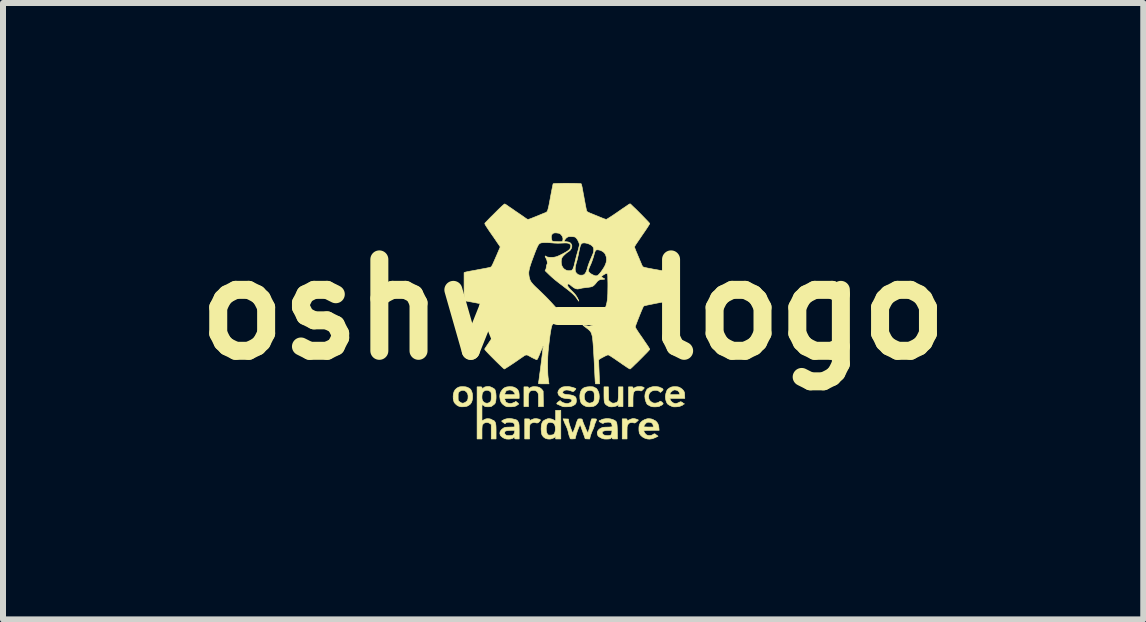
<source format=kicad_pcb>
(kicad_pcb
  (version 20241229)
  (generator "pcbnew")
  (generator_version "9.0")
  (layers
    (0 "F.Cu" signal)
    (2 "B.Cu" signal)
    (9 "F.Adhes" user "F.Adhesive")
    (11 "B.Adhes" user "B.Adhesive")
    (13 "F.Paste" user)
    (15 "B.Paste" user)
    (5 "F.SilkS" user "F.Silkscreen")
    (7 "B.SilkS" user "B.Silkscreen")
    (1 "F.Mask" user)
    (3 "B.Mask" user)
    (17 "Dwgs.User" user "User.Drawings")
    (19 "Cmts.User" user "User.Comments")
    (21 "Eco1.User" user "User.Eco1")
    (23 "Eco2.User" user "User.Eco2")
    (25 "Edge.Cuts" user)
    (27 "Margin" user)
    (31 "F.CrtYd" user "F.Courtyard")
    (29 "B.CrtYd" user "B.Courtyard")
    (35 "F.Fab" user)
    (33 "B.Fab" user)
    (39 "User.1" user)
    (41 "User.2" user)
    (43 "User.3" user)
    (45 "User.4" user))
  (footprint "oshw-logo"
    (layer "F.Cu")
    (at 6.502 2.108)
    (property "Reference" "oshw-logo" (at 0 0 0) (layer "F.SilkS") (effects (font (size 1.524 1.524) (thickness 0.3))))
    (attr through_hole)
    (fp_poly (pts (xy -0.587 1.824) (xy -0.562 1.83) (xy -0.548 1.837) (xy -0.545 1.846) (xy -0.551 1.857) (xy -0.554 1.86) (xy -0.573 1.88) (xy -0.588 1.89) (xy -0.605 1.892) (xy -0.624 1.888) (xy -0.644 1.883) (xy -0.66 1.884) (xy -0.677 1.889) (xy -0.693 1.895) (xy -0.705 1.901) (xy -0.713 1.91) (xy -0.719 1.922) (xy -0.723 1.941) (xy -0.725 1.966) (xy -0.725 2.001) (xy -0.726 2.041) (xy -0.726 2.158) (xy -0.806 2.158) (xy -0.806 1.823) (xy -0.766 1.823) (xy -0.744 1.824) (xy -0.732 1.825) (xy -0.727 1.829) (xy -0.726 1.836) (xy -0.724 1.845) (xy -0.717 1.847) (xy -0.703 1.843) (xy -0.689 1.836) (xy -0.653 1.822) (xy -0.616 1.819) (xy -0.587 1.824)) (stroke (width 0.01) (type solid)) (fill yes) (layer "F.SilkS"))
    (fp_poly (pts (xy 1.041 1.824) (xy 1.066 1.832) (xy 1.081 1.838) (xy 1.087 1.842) (xy 1.087 1.846) (xy 1.084 1.85) (xy 1.061 1.87) (xy 1.045 1.884) (xy 1.033 1.89) (xy 1.022 1.892) (xy 1.011 1.89) (xy 1.008 1.889) (xy 0.985 1.884) (xy 0.96 1.887) (xy 0.957 1.887) (xy 0.938 1.893) (xy 0.925 1.904) (xy 0.914 1.919) (xy 0.909 1.929) (xy 0.905 1.939) (xy 0.902 1.951) (xy 0.9 1.967) (xy 0.9 1.989) (xy 0.899 2.02) (xy 0.899 2.052) (xy 0.899 2.158) (xy 0.819 2.158) (xy 0.819 1.823) (xy 0.859 1.823) (xy 0.881 1.823) (xy 0.893 1.825) (xy 0.898 1.829) (xy 0.899 1.836) (xy 0.899 1.839) (xy 0.9 1.849) (xy 0.904 1.853) (xy 0.913 1.85) (xy 0.929 1.843) (xy 0.964 1.827) (xy 0.992 1.819) (xy 1.018 1.819) (xy 1.041 1.824)) (stroke (width 0.01) (type solid)) (fill yes) (layer "F.SilkS"))
    (fp_poly (pts (xy 0.592 1.514) (xy 0.618 1.538) (xy 0.641 1.555) (xy 0.663 1.562) (xy 0.689 1.56) (xy 0.707 1.555) (xy 0.723 1.549) (xy 0.734 1.543) (xy 0.742 1.535) (xy 0.748 1.523) (xy 0.751 1.505) (xy 0.753 1.48) (xy 0.755 1.445) (xy 0.755 1.407) (xy 0.757 1.29) (xy 0.831 1.29) (xy 0.831 1.619) (xy 0.757 1.619) (xy 0.756 1.598) (xy 0.755 1.587) (xy 0.753 1.585) (xy 0.752 1.586) (xy 0.742 1.597) (xy 0.722 1.608) (xy 0.696 1.616) (xy 0.668 1.621) (xy 0.639 1.623) (xy 0.613 1.621) (xy 0.607 1.62) (xy 0.592 1.614) (xy 0.573 1.604) (xy 0.562 1.597) (xy 0.548 1.587) (xy 0.536 1.575) (xy 0.528 1.561) (xy 0.522 1.543) (xy 0.518 1.518) (xy 0.516 1.485) (xy 0.515 1.443) (xy 0.515 1.407) (xy 0.515 1.29) (xy 0.588 1.29) (xy 0.592 1.514)) (stroke (width 0.01) (type solid)) (fill yes) (layer "F.SilkS"))
    (fp_poly (pts (xy -0.595 1.29) (xy -0.562 1.3) (xy -0.536 1.317) (xy -0.517 1.337) (xy -0.499 1.361) (xy -0.497 1.49) (xy -0.495 1.619) (xy -0.577 1.619) (xy -0.577 1.511) (xy -0.577 1.471) (xy -0.578 1.44) (xy -0.579 1.418) (xy -0.582 1.401) (xy -0.588 1.388) (xy -0.595 1.377) (xy -0.606 1.366) (xy -0.61 1.362) (xy -0.626 1.354) (xy -0.648 1.349) (xy -0.673 1.349) (xy -0.697 1.353) (xy -0.713 1.361) (xy -0.714 1.362) (xy -0.724 1.372) (xy -0.732 1.384) (xy -0.737 1.398) (xy -0.741 1.416) (xy -0.743 1.442) (xy -0.744 1.476) (xy -0.744 1.513) (xy -0.744 1.619) (xy -0.819 1.619) (xy -0.819 1.29) (xy -0.781 1.29) (xy -0.761 1.29) (xy -0.75 1.292) (xy -0.745 1.296) (xy -0.744 1.305) (xy -0.744 1.321) (xy -0.715 1.304) (xy -0.698 1.295) (xy -0.682 1.29) (xy -0.662 1.287) (xy -0.636 1.287) (xy -0.595 1.29)) (stroke (width 0.01) (type solid)) (fill yes) (layer "F.SilkS"))
    (fp_poly (pts (xy 1.145 1.288) (xy 1.15 1.289) (xy 1.173 1.296) (xy 1.184 1.303) (xy 1.185 1.311) (xy 1.176 1.323) (xy 1.165 1.334) (xy 1.15 1.349) (xy 1.14 1.356) (xy 1.131 1.358) (xy 1.119 1.354) (xy 1.116 1.353) (xy 1.094 1.349) (xy 1.068 1.349) (xy 1.045 1.353) (xy 1.027 1.361) (xy 1.024 1.363) (xy 1.015 1.374) (xy 1.009 1.386) (xy 1.004 1.402) (xy 1.001 1.423) (xy 0.999 1.452) (xy 0.998 1.49) (xy 0.998 1.513) (xy 0.998 1.619) (xy 0.924 1.619) (xy 0.924 1.29) (xy 0.961 1.29) (xy 0.982 1.29) (xy 0.993 1.292) (xy 0.997 1.296) (xy 0.998 1.305) (xy 0.998 1.305) (xy 1.001 1.317) (xy 1.005 1.321) (xy 1.011 1.316) (xy 1.011 1.315) (xy 1.016 1.309) (xy 1.018 1.308) (xy 1.028 1.305) (xy 1.035 1.299) (xy 1.049 1.293) (xy 1.07 1.288) (xy 1.096 1.286) (xy 1.123 1.285) (xy 1.145 1.288)) (stroke (width 0.01) (type solid)) (fill yes) (layer "F.SilkS"))
    (fp_poly (pts (xy -1.809 1.288) (xy -1.788 1.29) (xy -1.771 1.295) (xy -1.753 1.302) (xy -1.749 1.304) (xy -1.729 1.315) (xy -1.713 1.327) (xy -1.706 1.335) (xy -1.69 1.366) (xy -1.679 1.402) (xy -1.675 1.442) (xy -1.676 1.482) (xy -1.683 1.52) (xy -1.695 1.552) (xy -1.712 1.576) (xy -1.718 1.581) (xy -1.737 1.595) (xy -1.757 1.607) (xy -1.76 1.609) (xy -1.78 1.615) (xy -1.808 1.62) (xy -1.839 1.622) (xy -1.868 1.622) (xy -1.885 1.619) (xy -1.915 1.608) (xy -1.943 1.59) (xy -1.967 1.567) (xy -1.984 1.543) (xy -1.985 1.54) (xy -1.996 1.499) (xy -1.999 1.454) (xy -1.999 1.454) (xy -1.916 1.454) (xy -1.916 1.483) (xy -1.915 1.502) (xy -1.913 1.514) (xy -1.909 1.523) (xy -1.902 1.53) (xy -1.899 1.533) (xy -1.872 1.553) (xy -1.846 1.562) (xy -1.821 1.559) (xy -1.794 1.546) (xy -1.773 1.53) (xy -1.76 1.513) (xy -1.753 1.491) (xy -1.751 1.479) (xy -1.75 1.437) (xy -1.758 1.402) (xy -1.776 1.375) (xy -1.802 1.355) (xy -1.831 1.347) (xy -1.86 1.35) (xy -1.888 1.364) (xy -1.897 1.372) (xy -1.906 1.381) (xy -1.911 1.389) (xy -1.914 1.4) (xy -1.916 1.415) (xy -1.916 1.439) (xy -1.916 1.454) (xy -1.999 1.454) (xy -1.996 1.414) (xy -1.985 1.372) (xy -1.966 1.338) (xy -1.938 1.312) (xy -1.926 1.305) (xy -1.909 1.296) (xy -1.894 1.291) (xy -1.876 1.288) (xy -1.851 1.287) (xy -1.839 1.287) (xy -1.809 1.288)) (stroke (width 0.01) (type solid)) (fill yes) (layer "F.SilkS"))
    (fp_poly (pts (xy -0.205 2.158) (xy -0.291 2.158) (xy -0.291 2.139) (xy -0.293 2.126) (xy -0.298 2.121) (xy -0.298 2.121) (xy -0.304 2.125) (xy -0.304 2.127) (xy -0.309 2.133) (xy -0.323 2.141) (xy -0.342 2.149) (xy -0.363 2.156) (xy -0.381 2.16) (xy -0.404 2.16) (xy -0.426 2.158) (xy -0.428 2.158) (xy -0.466 2.145) (xy -0.496 2.123) (xy -0.518 2.092) (xy -0.52 2.087) (xy -0.525 2.068) (xy -0.529 2.04) (xy -0.532 2.008) (xy -0.532 1.989) (xy -0.448 1.989) (xy -0.446 2.025) (xy -0.438 2.056) (xy -0.435 2.063) (xy -0.426 2.08) (xy -0.416 2.09) (xy -0.403 2.094) (xy -0.383 2.094) (xy -0.371 2.094) (xy -0.346 2.091) (xy -0.329 2.085) (xy -0.32 2.078) (xy -0.307 2.059) (xy -0.299 2.031) (xy -0.295 1.998) (xy -0.297 1.961) (xy -0.298 1.952) (xy -0.306 1.922) (xy -0.318 1.902) (xy -0.336 1.891) (xy -0.347 1.888) (xy -0.362 1.884) (xy -0.371 1.881) (xy -0.382 1.881) (xy -0.399 1.884) (xy -0.403 1.885) (xy -0.418 1.891) (xy -0.428 1.9) (xy -0.436 1.917) (xy -0.437 1.921) (xy -0.446 1.953) (xy -0.448 1.989) (xy -0.532 1.989) (xy -0.532 1.974) (xy -0.53 1.944) (xy -0.528 1.927) (xy -0.52 1.896) (xy -0.509 1.873) (xy -0.492 1.854) (xy -0.466 1.839) (xy -0.431 1.824) (xy -0.43 1.823) (xy -0.411 1.82) (xy -0.386 1.821) (xy -0.36 1.826) (xy -0.338 1.833) (xy -0.329 1.839) (xy -0.315 1.847) (xy -0.305 1.851) (xy -0.291 1.855) (xy -0.291 1.681) (xy -0.205 1.681) (xy -0.205 2.158)) (stroke (width 0.01) (type solid)) (fill yes) (layer "F.SilkS"))
    (fp_poly (pts (xy 1.274 1.821) (xy 1.299 1.824) (xy 1.322 1.83) (xy 1.337 1.837) (xy 1.34 1.839) (xy 1.351 1.847) (xy 1.356 1.848) (xy 1.368 1.853) (xy 1.384 1.866) (xy 1.4 1.884) (xy 1.413 1.905) (xy 1.414 1.907) (xy 1.421 1.928) (xy 1.428 1.954) (xy 1.43 1.974) (xy 1.434 2.015) (xy 1.306 2.015) (xy 1.264 2.016) (xy 1.229 2.016) (xy 1.202 2.018) (xy 1.185 2.019) (xy 1.178 2.021) (xy 1.178 2.021) (xy 1.183 2.039) (xy 1.195 2.06) (xy 1.208 2.076) (xy 1.228 2.093) (xy 1.252 2.1) (xy 1.286 2.101) (xy 1.315 2.094) (xy 1.333 2.083) (xy 1.35 2.073) (xy 1.364 2.073) (xy 1.375 2.081) (xy 1.388 2.092) (xy 1.401 2.101) (xy 1.416 2.112) (xy 1.373 2.134) (xy 1.323 2.154) (xy 1.274 2.161) (xy 1.237 2.158) (xy 1.194 2.145) (xy 1.156 2.124) (xy 1.126 2.096) (xy 1.107 2.068) (xy 1.102 2.049) (xy 1.098 2.021) (xy 1.097 1.99) (xy 1.098 1.959) (xy 1.099 1.953) (xy 1.178 1.953) (xy 1.184 1.956) (xy 1.203 1.958) (xy 1.233 1.959) (xy 1.259 1.96) (xy 1.34 1.96) (xy 1.336 1.939) (xy 1.328 1.911) (xy 1.312 1.893) (xy 1.29 1.882) (xy 1.258 1.879) (xy 1.255 1.879) (xy 1.236 1.881) (xy 1.221 1.89) (xy 1.211 1.899) (xy 1.193 1.921) (xy 1.181 1.941) (xy 1.178 1.953) (xy 1.099 1.953) (xy 1.102 1.932) (xy 1.107 1.914) (xy 1.126 1.883) (xy 1.153 1.858) (xy 1.188 1.838) (xy 1.23 1.823) (xy 1.249 1.82) (xy 1.274 1.821)) (stroke (width 0.01) (type solid)) (fill yes) (layer "F.SilkS"))
    (fp_poly (pts (xy 0.31 1.288) (xy 0.329 1.289) (xy 0.342 1.292) (xy 0.351 1.297) (xy 0.352 1.298) (xy 0.365 1.306) (xy 0.374 1.308) (xy 0.386 1.314) (xy 0.398 1.329) (xy 0.411 1.35) (xy 0.423 1.375) (xy 0.431 1.401) (xy 0.433 1.414) (xy 0.436 1.451) (xy 0.434 1.49) (xy 0.427 1.524) (xy 0.423 1.539) (xy 0.415 1.553) (xy 0.403 1.57) (xy 0.389 1.585) (xy 0.377 1.596) (xy 0.37 1.6) (xy 0.361 1.604) (xy 0.354 1.609) (xy 0.342 1.614) (xy 0.321 1.618) (xy 0.295 1.621) (xy 0.267 1.622) (xy 0.241 1.621) (xy 0.224 1.618) (xy 0.204 1.611) (xy 0.18 1.599) (xy 0.165 1.589) (xy 0.146 1.573) (xy 0.134 1.558) (xy 0.126 1.54) (xy 0.122 1.528) (xy 0.114 1.485) (xy 0.113 1.447) (xy 0.186 1.447) (xy 0.189 1.485) (xy 0.199 1.514) (xy 0.217 1.537) (xy 0.244 1.553) (xy 0.246 1.554) (xy 0.264 1.56) (xy 0.28 1.561) (xy 0.3 1.556) (xy 0.305 1.554) (xy 0.325 1.547) (xy 0.338 1.538) (xy 0.347 1.527) (xy 0.351 1.51) (xy 0.353 1.485) (xy 0.353 1.453) (xy 0.353 1.418) (xy 0.35 1.393) (xy 0.344 1.376) (xy 0.334 1.364) (xy 0.319 1.357) (xy 0.302 1.351) (xy 0.269 1.348) (xy 0.239 1.356) (xy 0.215 1.373) (xy 0.197 1.398) (xy 0.187 1.43) (xy 0.186 1.447) (xy 0.113 1.447) (xy 0.112 1.442) (xy 0.117 1.4) (xy 0.128 1.363) (xy 0.145 1.335) (xy 0.149 1.33) (xy 0.173 1.31) (xy 0.202 1.297) (xy 0.24 1.29) (xy 0.28 1.287) (xy 0.31 1.288)) (stroke (width 0.01) (type solid)) (fill yes) (layer "F.SilkS"))
    (fp_poly (pts (xy 1.387 1.286) (xy 1.413 1.289) (xy 1.435 1.293) (xy 1.448 1.3) (xy 1.448 1.3) (xy 1.461 1.307) (xy 1.468 1.308) (xy 1.481 1.313) (xy 1.494 1.324) (xy 1.5 1.336) (xy 1.501 1.338) (xy 1.496 1.346) (xy 1.485 1.357) (xy 1.478 1.364) (xy 1.455 1.383) (xy 1.441 1.37) (xy 1.416 1.354) (xy 1.386 1.347) (xy 1.352 1.348) (xy 1.321 1.357) (xy 1.306 1.364) (xy 1.28 1.386) (xy 1.265 1.413) (xy 1.259 1.446) (xy 1.259 1.453) (xy 1.262 1.486) (xy 1.273 1.511) (xy 1.293 1.533) (xy 1.323 1.553) (xy 1.326 1.555) (xy 1.348 1.561) (xy 1.376 1.561) (xy 1.404 1.555) (xy 1.429 1.545) (xy 1.441 1.536) (xy 1.453 1.529) (xy 1.462 1.531) (xy 1.476 1.541) (xy 1.49 1.553) (xy 1.499 1.565) (xy 1.501 1.57) (xy 1.496 1.579) (xy 1.484 1.59) (xy 1.471 1.598) (xy 1.462 1.6) (xy 1.452 1.603) (xy 1.45 1.607) (xy 1.442 1.613) (xy 1.425 1.618) (xy 1.401 1.621) (xy 1.374 1.623) (xy 1.347 1.623) (xy 1.322 1.621) (xy 1.312 1.619) (xy 1.293 1.613) (xy 1.273 1.603) (xy 1.272 1.602) (xy 1.255 1.593) (xy 1.241 1.585) (xy 1.24 1.585) (xy 1.232 1.576) (xy 1.223 1.559) (xy 1.214 1.537) (xy 1.212 1.534) (xy 1.2 1.49) (xy 1.196 1.447) (xy 1.2 1.407) (xy 1.207 1.385) (xy 1.215 1.364) (xy 1.224 1.345) (xy 1.225 1.342) (xy 1.237 1.326) (xy 1.259 1.311) (xy 1.288 1.298) (xy 1.32 1.289) (xy 1.332 1.287) (xy 1.358 1.285) (xy 1.387 1.286)) (stroke (width 0.01) (type solid)) (fill yes) (layer "F.SilkS"))
    (fp_poly (pts (xy -1.039 1.819) (xy -1.011 1.823) (xy -0.981 1.83) (xy -0.955 1.837) (xy -0.941 1.843) (xy -0.926 1.856) (xy -0.913 1.878) (xy -0.912 1.88) (xy -0.907 1.891) (xy -0.904 1.903) (xy -0.902 1.918) (xy -0.9 1.938) (xy -0.9 1.964) (xy -0.899 1.999) (xy -0.899 2.034) (xy -0.899 2.158) (xy -0.936 2.158) (xy -0.957 2.158) (xy -0.968 2.156) (xy -0.973 2.151) (xy -0.974 2.143) (xy -0.974 2.143) (xy -0.975 2.131) (xy -0.98 2.128) (xy -0.991 2.135) (xy -0.998 2.142) (xy -1.017 2.152) (xy -1.044 2.159) (xy -1.077 2.161) (xy -1.114 2.159) (xy -1.116 2.158) (xy -1.141 2.151) (xy -1.168 2.137) (xy -1.192 2.119) (xy -1.21 2.1) (xy -1.213 2.095) (xy -1.221 2.067) (xy -1.218 2.045) (xy -1.142 2.045) (xy -1.141 2.064) (xy -1.134 2.079) (xy -1.125 2.088) (xy -1.115 2.096) (xy -1.103 2.1) (xy -1.086 2.102) (xy -1.062 2.102) (xy -1.033 2.101) (xy -1.015 2.098) (xy -1.002 2.092) (xy -1.001 2.091) (xy -0.982 2.068) (xy -0.974 2.04) (xy -0.974 2.034) (xy -0.974 2.015) (xy -1.036 2.015) (xy -1.079 2.017) (xy -1.111 2.022) (xy -1.132 2.03) (xy -1.141 2.042) (xy -1.142 2.045) (xy -1.218 2.045) (xy -1.217 2.039) (xy -1.201 2.012) (xy -1.186 1.997) (xy -1.17 1.984) (xy -1.156 1.974) (xy -1.141 1.968) (xy -1.122 1.964) (xy -1.097 1.962) (xy -1.062 1.961) (xy -1.056 1.961) (xy -0.974 1.958) (xy -0.974 1.936) (xy -0.978 1.912) (xy -0.989 1.896) (xy -1.01 1.885) (xy -1.04 1.88) (xy -1.063 1.879) (xy -1.088 1.88) (xy -1.105 1.882) (xy -1.115 1.886) (xy -1.122 1.892) (xy -1.134 1.905) (xy -1.164 1.884) (xy -1.181 1.872) (xy -1.189 1.864) (xy -1.189 1.858) (xy -1.187 1.856) (xy -1.177 1.849) (xy -1.173 1.848) (xy -1.164 1.844) (xy -1.159 1.84) (xy -1.147 1.833) (xy -1.126 1.827) (xy -1.102 1.821) (xy -1.077 1.818) (xy -1.061 1.817) (xy -1.039 1.819)) (stroke (width 0.01) (type solid)) (fill yes) (layer "F.SilkS"))
    (fp_poly (pts (xy 1.727 1.288) (xy 1.747 1.29) (xy 1.764 1.295) (xy 1.782 1.304) (xy 1.786 1.306) (xy 1.815 1.326) (xy 1.837 1.349) (xy 1.838 1.351) (xy 1.848 1.366) (xy 1.854 1.38) (xy 1.857 1.397) (xy 1.859 1.422) (xy 1.859 1.43) (xy 1.862 1.482) (xy 1.611 1.482) (xy 1.616 1.496) (xy 1.629 1.523) (xy 1.651 1.546) (xy 1.678 1.562) (xy 1.706 1.569) (xy 1.709 1.569) (xy 1.724 1.566) (xy 1.745 1.559) (xy 1.762 1.551) (xy 1.782 1.541) (xy 1.795 1.537) (xy 1.802 1.539) (xy 1.805 1.542) (xy 1.816 1.549) (xy 1.821 1.55) (xy 1.829 1.554) (xy 1.829 1.557) (xy 1.834 1.564) (xy 1.843 1.569) (xy 1.857 1.574) (xy 1.844 1.578) (xy 1.832 1.585) (xy 1.827 1.591) (xy 1.819 1.599) (xy 1.814 1.6) (xy 1.802 1.603) (xy 1.789 1.61) (xy 1.776 1.615) (xy 1.754 1.619) (xy 1.728 1.622) (xy 1.701 1.623) (xy 1.678 1.623) (xy 1.665 1.621) (xy 1.649 1.616) (xy 1.631 1.608) (xy 1.613 1.6) (xy 1.599 1.592) (xy 1.594 1.587) (xy 1.594 1.586) (xy 1.589 1.582) (xy 1.585 1.581) (xy 1.575 1.576) (xy 1.565 1.56) (xy 1.555 1.538) (xy 1.546 1.512) (xy 1.541 1.483) (xy 1.538 1.457) (xy 1.538 1.456) (xy 1.541 1.43) (xy 1.544 1.414) (xy 1.614 1.414) (xy 1.618 1.417) (xy 1.628 1.419) (xy 1.646 1.42) (xy 1.673 1.42) (xy 1.696 1.42) (xy 1.781 1.42) (xy 1.776 1.4) (xy 1.765 1.375) (xy 1.745 1.355) (xy 1.719 1.344) (xy 1.69 1.341) (xy 1.683 1.342) (xy 1.669 1.348) (xy 1.652 1.359) (xy 1.636 1.373) (xy 1.623 1.386) (xy 1.619 1.396) (xy 1.619 1.396) (xy 1.616 1.405) (xy 1.615 1.41) (xy 1.614 1.414) (xy 1.544 1.414) (xy 1.547 1.398) (xy 1.557 1.368) (xy 1.567 1.344) (xy 1.567 1.343) (xy 1.58 1.329) (xy 1.599 1.314) (xy 1.613 1.305) (xy 1.631 1.296) (xy 1.647 1.291) (xy 1.666 1.288) (xy 1.691 1.287) (xy 1.699 1.287) (xy 1.727 1.288)) (stroke (width 0.01) (type solid)) (fill yes) (layer "F.SilkS"))
    (fp_poly (pts (xy -1.025 1.288) (xy -1.004 1.29) (xy -0.985 1.296) (xy -0.965 1.305) (xy -0.937 1.323) (xy -0.918 1.345) (xy -0.905 1.373) (xy -0.9 1.41) (xy -0.899 1.432) (xy -0.899 1.482) (xy -1.02 1.482) (xy -1.063 1.482) (xy -1.095 1.483) (xy -1.117 1.484) (xy -1.131 1.486) (xy -1.139 1.49) (xy -1.14 1.496) (xy -1.137 1.504) (xy -1.132 1.515) (xy -1.125 1.53) (xy -1.122 1.54) (xy -1.122 1.54) (xy -1.117 1.547) (xy -1.103 1.554) (xy -1.084 1.561) (xy -1.064 1.567) (xy -1.046 1.569) (xy -1.045 1.569) (xy -1.025 1.566) (xy -1.009 1.56) (xy -0.994 1.553) (xy -0.983 1.55) (xy -0.983 1.55) (xy -0.973 1.546) (xy -0.967 1.541) (xy -0.961 1.534) (xy -0.954 1.533) (xy -0.945 1.539) (xy -0.93 1.552) (xy -0.929 1.552) (xy -0.913 1.567) (xy -0.906 1.577) (xy -0.909 1.581) (xy -0.915 1.581) (xy -0.923 1.584) (xy -0.924 1.587) (xy -0.929 1.593) (xy -0.942 1.601) (xy -0.95 1.606) (xy -0.968 1.614) (xy -0.99 1.618) (xy -1.019 1.621) (xy -1.032 1.622) (xy -1.059 1.622) (xy -1.083 1.622) (xy -1.1 1.621) (xy -1.103 1.621) (xy -1.123 1.613) (xy -1.147 1.599) (xy -1.17 1.581) (xy -1.183 1.569) (xy -1.202 1.541) (xy -1.215 1.504) (xy -1.221 1.462) (xy -1.222 1.45) (xy -1.22 1.42) (xy -1.219 1.415) (xy -1.141 1.415) (xy -1.135 1.417) (xy -1.119 1.418) (xy -1.095 1.419) (xy -1.065 1.42) (xy -1.054 1.42) (xy -1.018 1.42) (xy -0.993 1.419) (xy -0.977 1.417) (xy -0.969 1.415) (xy -0.967 1.412) (xy -0.971 1.402) (xy -0.978 1.389) (xy -1.002 1.361) (xy -1.029 1.345) (xy -1.059 1.341) (xy -1.089 1.346) (xy -1.107 1.352) (xy -1.118 1.362) (xy -1.127 1.378) (xy -1.129 1.381) (xy -1.136 1.399) (xy -1.14 1.411) (xy -1.141 1.415) (xy -1.219 1.415) (xy -1.215 1.396) (xy -1.205 1.374) (xy -1.188 1.348) (xy -1.185 1.344) (xy -1.162 1.318) (xy -1.135 1.301) (xy -1.104 1.291) (xy -1.064 1.287) (xy -1.054 1.287) (xy -1.025 1.288)) (stroke (width 0.01) (type solid)) (fill yes) (layer "F.SilkS"))
    (fp_poly (pts (xy -0.076 1.285) (xy -0.066 1.286) (xy -0.046 1.29) (xy -0.021 1.296) (xy 0.003 1.303) (xy 0.025 1.31) (xy 0.041 1.317) (xy 0.047 1.321) (xy 0.044 1.328) (xy 0.035 1.34) (xy 0.027 1.349) (xy 0.016 1.36) (xy 0.007 1.366) (xy -0.003 1.368) (xy -0.017 1.364) (xy -0.039 1.356) (xy -0.05 1.352) (xy -0.081 1.344) (xy -0.111 1.342) (xy -0.137 1.346) (xy -0.158 1.356) (xy -0.17 1.37) (xy -0.174 1.384) (xy -0.17 1.396) (xy -0.157 1.406) (xy -0.135 1.413) (xy -0.103 1.418) (xy -0.081 1.42) (xy -0.039 1.425) (xy -0.004 1.434) (xy 0.023 1.446) (xy 0.04 1.459) (xy 0.044 1.464) (xy 0.051 1.485) (xy 0.054 1.513) (xy 0.053 1.541) (xy 0.05 1.553) (xy 0.045 1.568) (xy 0.037 1.579) (xy 0.022 1.59) (xy 0.007 1.599) (xy -0.013 1.609) (xy -0.03 1.615) (xy -0.049 1.619) (xy -0.075 1.621) (xy -0.088 1.621) (xy -0.115 1.622) (xy -0.139 1.622) (xy -0.157 1.621) (xy -0.161 1.621) (xy -0.175 1.617) (xy -0.195 1.609) (xy -0.214 1.6) (xy -0.235 1.591) (xy -0.252 1.583) (xy -0.262 1.579) (xy -0.272 1.572) (xy -0.27 1.561) (xy -0.256 1.547) (xy -0.244 1.538) (xy -0.216 1.518) (xy -0.2 1.534) (xy -0.181 1.546) (xy -0.156 1.557) (xy -0.127 1.565) (xy -0.101 1.569) (xy -0.097 1.569) (xy -0.078 1.565) (xy -0.056 1.556) (xy -0.036 1.544) (xy -0.023 1.531) (xy -0.023 1.531) (xy -0.02 1.519) (xy -0.026 1.505) (xy -0.032 1.498) (xy -0.041 1.493) (xy -0.054 1.49) (xy -0.076 1.487) (xy -0.091 1.486) (xy -0.13 1.482) (xy -0.16 1.477) (xy -0.182 1.47) (xy -0.2 1.461) (xy -0.208 1.454) (xy -0.221 1.444) (xy -0.229 1.439) (xy -0.23 1.439) (xy -0.235 1.434) (xy -0.242 1.421) (xy -0.249 1.405) (xy -0.253 1.391) (xy -0.254 1.385) (xy -0.25 1.367) (xy -0.24 1.346) (xy -0.227 1.327) (xy -0.213 1.315) (xy -0.212 1.314) (xy -0.197 1.305) (xy -0.188 1.298) (xy -0.176 1.293) (xy -0.156 1.289) (xy -0.13 1.286) (xy -0.102 1.285) (xy -0.076 1.285)) (stroke (width 0.01) (type solid)) (fill yes) (layer "F.SilkS"))
    (fp_poly (pts (xy 0.623 1.824) (xy 0.66 1.834) (xy 0.685 1.845) (xy 0.7 1.854) (xy 0.712 1.863) (xy 0.721 1.875) (xy 0.727 1.891) (xy 0.731 1.912) (xy 0.734 1.941) (xy 0.736 1.979) (xy 0.737 2.028) (xy 0.737 2.029) (xy 0.739 2.158) (xy 0.695 2.158) (xy 0.672 2.158) (xy 0.659 2.156) (xy 0.653 2.153) (xy 0.651 2.147) (xy 0.651 2.143) (xy 0.648 2.13) (xy 0.642 2.128) (xy 0.635 2.136) (xy 0.634 2.139) (xy 0.626 2.151) (xy 0.618 2.155) (xy 0.587 2.159) (xy 0.553 2.16) (xy 0.522 2.159) (xy 0.515 2.158) (xy 0.492 2.152) (xy 0.469 2.143) (xy 0.465 2.14) (xy 0.449 2.131) (xy 0.436 2.124) (xy 0.434 2.123) (xy 0.421 2.113) (xy 0.41 2.095) (xy 0.404 2.073) (xy 0.403 2.062) (xy 0.405 2.052) (xy 0.485 2.052) (xy 0.49 2.069) (xy 0.502 2.084) (xy 0.51 2.09) (xy 0.528 2.097) (xy 0.553 2.101) (xy 0.579 2.103) (xy 0.603 2.101) (xy 0.622 2.097) (xy 0.629 2.092) (xy 0.639 2.077) (xy 0.645 2.054) (xy 0.647 2.037) (xy 0.648 2.018) (xy 0.598 2.017) (xy 0.562 2.017) (xy 0.53 2.021) (xy 0.505 2.028) (xy 0.49 2.037) (xy 0.489 2.038) (xy 0.485 2.052) (xy 0.405 2.052) (xy 0.407 2.034) (xy 0.42 2.011) (xy 0.443 1.99) (xy 0.465 1.978) (xy 0.479 1.971) (xy 0.493 1.967) (xy 0.511 1.964) (xy 0.536 1.962) (xy 0.57 1.961) (xy 0.572 1.961) (xy 0.605 1.96) (xy 0.627 1.958) (xy 0.64 1.957) (xy 0.648 1.954) (xy 0.651 1.95) (xy 0.651 1.945) (xy 0.651 1.944) (xy 0.648 1.923) (xy 0.641 1.903) (xy 0.63 1.888) (xy 0.626 1.885) (xy 0.608 1.88) (xy 0.584 1.878) (xy 0.558 1.88) (xy 0.533 1.884) (xy 0.513 1.891) (xy 0.502 1.899) (xy 0.495 1.899) (xy 0.48 1.894) (xy 0.463 1.885) (xy 0.444 1.874) (xy 0.434 1.866) (xy 0.433 1.859) (xy 0.435 1.857) (xy 0.447 1.849) (xy 0.453 1.848) (xy 0.466 1.843) (xy 0.471 1.839) (xy 0.477 1.835) (xy 0.487 1.831) (xy 0.503 1.827) (xy 0.528 1.823) (xy 0.554 1.819) (xy 0.586 1.819) (xy 0.623 1.824)) (stroke (width 0.01) (type solid)) (fill yes) (layer "F.SilkS"))
    (fp_poly (pts (xy -0.078 1.826) (xy -0.074 1.857) (xy -0.07 1.882) (xy -0.063 1.91) (xy -0.059 1.922) (xy -0.048 1.955) (xy -0.037 1.986) (xy -0.026 2.014) (xy -0.017 2.037) (xy -0.01 2.053) (xy -0.006 2.059) (xy -0.006 2.059) (xy -0.003 2.053) (xy 0.004 2.039) (xy 0.012 2.018) (xy 0.022 1.994) (xy 0.031 1.969) (xy 0.04 1.945) (xy 0.046 1.927) (xy 0.049 1.915) (xy 0.05 1.913) (xy 0.05 1.906) (xy 0.053 1.897) (xy 0.058 1.882) (xy 0.067 1.86) (xy 0.072 1.849) (xy 0.079 1.834) (xy 0.086 1.826) (xy 0.097 1.824) (xy 0.115 1.823) (xy 0.134 1.824) (xy 0.145 1.827) (xy 0.152 1.834) (xy 0.154 1.839) (xy 0.159 1.854) (xy 0.161 1.864) (xy 0.164 1.874) (xy 0.17 1.891) (xy 0.173 1.899) (xy 0.181 1.918) (xy 0.192 1.943) (xy 0.204 1.97) (xy 0.205 1.972) (xy 0.215 1.997) (xy 0.226 2.02) (xy 0.234 2.037) (xy 0.235 2.039) (xy 0.245 2.059) (xy 0.261 2.014) (xy 0.271 1.984) (xy 0.279 1.949) (xy 0.285 1.919) (xy 0.29 1.892) (xy 0.296 1.867) (xy 0.301 1.848) (xy 0.302 1.846) (xy 0.311 1.823) (xy 0.351 1.823) (xy 0.372 1.824) (xy 0.385 1.826) (xy 0.39 1.833) (xy 0.388 1.846) (xy 0.379 1.868) (xy 0.372 1.883) (xy 0.363 1.905) (xy 0.356 1.925) (xy 0.353 1.938) (xy 0.353 1.938) (xy 0.351 1.949) (xy 0.344 1.968) (xy 0.334 1.993) (xy 0.323 2.016) (xy 0.31 2.047) (xy 0.298 2.078) (xy 0.289 2.105) (xy 0.285 2.12) (xy 0.276 2.159) (xy 0.239 2.157) (xy 0.202 2.155) (xy 0.191 2.124) (xy 0.184 2.104) (xy 0.175 2.078) (xy 0.164 2.048) (xy 0.158 2.031) (xy 0.148 2.003) (xy 0.139 1.977) (xy 0.132 1.957) (xy 0.13 1.949) (xy 0.124 1.934) (xy 0.119 1.926) (xy 0.118 1.926) (xy 0.113 1.929) (xy 0.105 1.943) (xy 0.096 1.963) (xy 0.085 1.99) (xy 0.073 2.02) (xy 0.063 2.052) (xy 0.053 2.082) (xy 0.05 2.093) (xy 0.034 2.155) (xy -0.008 2.157) (xy -0.03 2.157) (xy -0.043 2.156) (xy -0.049 2.153) (xy -0.05 2.149) (xy -0.052 2.137) (xy -0.059 2.121) (xy -0.06 2.119) (xy -0.067 2.1) (xy -0.073 2.077) (xy -0.075 2.068) (xy -0.08 2.046) (xy -0.087 2.018) (xy -0.097 1.988) (xy -0.108 1.96) (xy -0.117 1.939) (xy -0.121 1.932) (xy -0.127 1.92) (xy -0.136 1.901) (xy -0.146 1.877) (xy -0.148 1.871) (xy -0.167 1.823) (xy -0.078 1.826)) (stroke (width 0.01) (type solid)) (fill yes) (layer "F.SilkS"))
    (fp_poly (pts (xy -1.39 1.286) (xy -1.373 1.292) (xy -1.35 1.302) (xy -1.329 1.314) (xy -1.312 1.325) (xy -1.303 1.335) (xy -1.303 1.335) (xy -1.294 1.362) (xy -1.287 1.397) (xy -1.284 1.438) (xy -1.284 1.48) (xy -1.288 1.52) (xy -1.291 1.534) (xy -1.296 1.556) (xy -1.304 1.57) (xy -1.316 1.582) (xy -1.323 1.587) (xy -1.34 1.6) (xy -1.354 1.61) (xy -1.358 1.614) (xy -1.37 1.618) (xy -1.394 1.621) (xy -1.419 1.622) (xy -1.445 1.621) (xy -1.462 1.62) (xy -1.472 1.616) (xy -1.477 1.611) (xy -1.485 1.602) (xy -1.49 1.6) (xy -1.499 1.596) (xy -1.508 1.59) (xy -1.512 1.587) (xy -1.514 1.587) (xy -1.516 1.591) (xy -1.518 1.6) (xy -1.519 1.617) (xy -1.519 1.642) (xy -1.519 1.677) (xy -1.519 1.717) (xy -1.519 1.854) (xy -1.504 1.848) (xy -1.487 1.84) (xy -1.472 1.832) (xy -1.451 1.823) (xy -1.423 1.82) (xy -1.395 1.822) (xy -1.37 1.828) (xy -1.359 1.834) (xy -1.344 1.843) (xy -1.333 1.848) (xy -1.331 1.848) (xy -1.321 1.852) (xy -1.312 1.86) (xy -1.303 1.872) (xy -1.296 1.886) (xy -1.291 1.904) (xy -1.287 1.929) (xy -1.285 1.96) (xy -1.284 2.001) (xy -1.284 2.039) (xy -1.284 2.158) (xy -1.364 2.158) (xy -1.364 1.917) (xy -1.387 1.9) (xy -1.414 1.886) (xy -1.443 1.883) (xy -1.471 1.889) (xy -1.495 1.904) (xy -1.512 1.927) (xy -1.513 1.927) (xy -1.515 1.939) (xy -1.517 1.962) (xy -1.519 1.994) (xy -1.519 2.033) (xy -1.519 2.05) (xy -1.519 2.158) (xy -1.6 2.158) (xy -1.6 1.459) (xy -1.52 1.459) (xy -1.518 1.487) (xy -1.513 1.509) (xy -1.513 1.51) (xy -1.498 1.535) (xy -1.476 1.553) (xy -1.45 1.562) (xy -1.422 1.562) (xy -1.406 1.556) (xy -1.389 1.546) (xy -1.377 1.536) (xy -1.37 1.523) (xy -1.366 1.505) (xy -1.364 1.479) (xy -1.364 1.453) (xy -1.364 1.423) (xy -1.365 1.402) (xy -1.367 1.388) (xy -1.371 1.379) (xy -1.376 1.372) (xy -1.378 1.37) (xy -1.404 1.353) (xy -1.433 1.346) (xy -1.462 1.349) (xy -1.487 1.363) (xy -1.507 1.385) (xy -1.514 1.403) (xy -1.518 1.429) (xy -1.52 1.459) (xy -1.6 1.459) (xy -1.6 1.29) (xy -1.56 1.29) (xy -1.538 1.29) (xy -1.526 1.292) (xy -1.521 1.296) (xy -1.519 1.303) (xy -1.519 1.305) (xy -1.519 1.315) (xy -1.515 1.317) (xy -1.504 1.312) (xy -1.499 1.31) (xy -1.485 1.302) (xy -1.476 1.295) (xy -1.475 1.294) (xy -1.467 1.291) (xy -1.451 1.288) (xy -1.431 1.285) (xy -1.408 1.284) (xy -1.39 1.286)) (stroke (width 0.01) (type solid)) (fill yes) (layer "F.SilkS"))
    (fp_poly (pts (xy -0.069 -2.103) (xy -0.023 -2.102) (xy 0.02 -2.102) (xy 0.059 -2.101) (xy 0.091 -2.099) (xy 0.116 -2.098) (xy 0.131 -2.096) (xy 0.135 -2.094) (xy 0.137 -2.091) (xy 0.139 -2.084) (xy 0.142 -2.073) (xy 0.146 -2.057) (xy 0.151 -2.035) (xy 0.157 -2.004) (xy 0.164 -1.964) (xy 0.173 -1.914) (xy 0.177 -1.896) (xy 0.188 -1.834) (xy 0.198 -1.782) (xy 0.205 -1.741) (xy 0.212 -1.708) (xy 0.217 -1.683) (xy 0.221 -1.664) (xy 0.224 -1.651) (xy 0.227 -1.643) (xy 0.23 -1.637) (xy 0.232 -1.633) (xy 0.235 -1.631) (xy 0.236 -1.63) (xy 0.247 -1.623) (xy 0.266 -1.614) (xy 0.29 -1.603) (xy 0.299 -1.6) (xy 0.323 -1.59) (xy 0.355 -1.577) (xy 0.392 -1.562) (xy 0.43 -1.547) (xy 0.445 -1.54) (xy 0.478 -1.527) (xy 0.507 -1.515) (xy 0.531 -1.507) (xy 0.547 -1.502) (xy 0.552 -1.501) (xy 0.56 -1.504) (xy 0.577 -1.514) (xy 0.601 -1.529) (xy 0.631 -1.548) (xy 0.666 -1.571) (xy 0.704 -1.597) (xy 0.712 -1.602) (xy 0.752 -1.63) (xy 0.791 -1.657) (xy 0.827 -1.682) (xy 0.859 -1.703) (xy 0.884 -1.72) (xy 0.901 -1.732) (xy 0.901 -1.732) (xy 0.921 -1.746) (xy 0.938 -1.756) (xy 0.949 -1.761) (xy 0.95 -1.761) (xy 0.956 -1.757) (xy 0.97 -1.745) (xy 0.989 -1.726) (xy 1.014 -1.702) (xy 1.043 -1.675) (xy 1.074 -1.644) (xy 1.107 -1.611) (xy 1.14 -1.578) (xy 1.172 -1.545) (xy 1.201 -1.515) (xy 1.228 -1.487) (xy 1.25 -1.464) (xy 1.266 -1.446) (xy 1.276 -1.435) (xy 1.277 -1.432) (xy 1.274 -1.424) (xy 1.263 -1.406) (xy 1.246 -1.378) (xy 1.221 -1.34) (xy 1.189 -1.293) (xy 1.149 -1.235) (xy 1.103 -1.167) (xy 1.079 -1.132) (xy 1.06 -1.104) (xy 1.043 -1.079) (xy 1.031 -1.058) (xy 1.024 -1.045) (xy 1.023 -1.042) (xy 1.026 -1.033) (xy 1.032 -1.015) (xy 1.042 -0.989) (xy 1.055 -0.957) (xy 1.071 -0.92) (xy 1.081 -0.895) (xy 1.098 -0.856) (xy 1.113 -0.819) (xy 1.127 -0.787) (xy 1.137 -0.762) (xy 1.144 -0.745) (xy 1.147 -0.74) (xy 1.155 -0.723) (xy 1.165 -0.711) (xy 1.165 -0.711) (xy 1.174 -0.707) (xy 1.194 -0.701) (xy 1.22 -0.695) (xy 1.252 -0.688) (xy 1.265 -0.686) (xy 1.302 -0.679) (xy 1.347 -0.67) (xy 1.396 -0.662) (xy 1.444 -0.653) (xy 1.473 -0.648) (xy 1.51 -0.641) (xy 1.545 -0.634) (xy 1.573 -0.628) (xy 1.594 -0.623) (xy 1.604 -0.62) (xy 1.605 -0.62) (xy 1.619 -0.614) (xy 1.617 -0.38) (xy 1.615 -0.147) (xy 1.4 -0.106) (xy 1.335 -0.093) (xy 1.281 -0.082) (xy 1.237 -0.073) (xy 1.205 -0.065) (xy 1.184 -0.06) (xy 1.175 -0.056) (xy 1.171 -0.047) (xy 1.162 -0.03) (xy 1.151 -0.004) (xy 1.137 0.028) (xy 1.122 0.065) (xy 1.106 0.104) (xy 1.091 0.143) (xy 1.075 0.182) (xy 1.062 0.217) (xy 1.05 0.248) (xy 1.042 0.272) (xy 1.037 0.288) (xy 1.036 0.292) (xy 1.039 0.301) (xy 1.049 0.317) (xy 1.063 0.341) (xy 1.082 0.37) (xy 1.104 0.403) (xy 1.118 0.423) (xy 1.158 0.48) (xy 1.19 0.528) (xy 1.217 0.567) (xy 1.238 0.598) (xy 1.254 0.622) (xy 1.265 0.64) (xy 1.273 0.653) (xy 1.276 0.661) (xy 1.277 0.665) (xy 1.273 0.671) (xy 1.261 0.685) (xy 1.243 0.705) (xy 1.219 0.73) (xy 1.191 0.758) (xy 1.16 0.79) (xy 1.127 0.823) (xy 1.094 0.856) (xy 1.062 0.888) (xy 1.031 0.917) (xy 1.004 0.944) (xy 0.981 0.966) (xy 0.963 0.982) (xy 0.952 0.991) (xy 0.949 0.992) (xy 0.943 0.99) (xy 0.932 0.984) (xy 0.914 0.974) (xy 0.89 0.958) (xy 0.858 0.936) (xy 0.817 0.909) (xy 0.791 0.89) (xy 0.738 0.854) (xy 0.695 0.824) (xy 0.66 0.801) (xy 0.633 0.783) (xy 0.612 0.77) (xy 0.597 0.762) (xy 0.587 0.758) (xy 0.582 0.757) (xy 0.571 0.76) (xy 0.552 0.768) (xy 0.528 0.779) (xy 0.5 0.794) (xy 0.496 0.796) (xy 0.467 0.812) (xy 0.446 0.824) (xy 0.434 0.833) (xy 0.428 0.84) (xy 0.426 0.847) (xy 0.425 0.85) (xy 0.426 0.861) (xy 0.427 0.882) (xy 0.428 0.911) (xy 0.429 0.944) (xy 0.43 0.964) (xy 0.432 1.008) (xy 0.434 1.056) (xy 0.436 1.104) (xy 0.438 1.146) (xy 0.438 1.152) (xy 0.442 1.24) (xy 0.373 1.24) (xy 0.37 1.214) (xy 0.368 1.2) (xy 0.367 1.176) (xy 0.365 1.144) (xy 0.363 1.106) (xy 0.361 1.065) (xy 0.36 1.045) (xy 0.355 0.937) (xy 0.35 0.841) (xy 0.345 0.756) (xy 0.341 0.682) (xy 0.337 0.619) (xy 0.333 0.566) (xy 0.329 0.522) (xy 0.325 0.487) (xy 0.322 0.46) (xy 0.319 0.445) (xy 0.311 0.415) (xy 0.303 0.392) (xy 0.293 0.372) (xy 0.278 0.354) (xy 0.257 0.334) (xy 0.228 0.312) (xy 0.214 0.301) (xy 0.192 0.285) (xy 0.176 0.272) (xy 0.166 0.263) (xy 0.164 0.26) (xy 0.172 0.262) (xy 0.189 0.265) (xy 0.212 0.269) (xy 0.218 0.27) (xy 0.243 0.275) (xy 0.261 0.277) (xy 0.277 0.276) (xy 0.294 0.272) (xy 0.302 0.27) (xy 0.333 0.258) (xy 0.361 0.242) (xy 0.388 0.22) (xy 0.414 0.191) (xy 0.441 0.153) (xy 0.47 0.106) (xy 0.489 0.071) (xy 0.511 0.03) (xy 0.529 -0.008) (xy 0.544 -0.044) (xy 0.555 -0.08) (xy 0.564 -0.118) (xy 0.571 -0.159) (xy 0.575 -0.206) (xy 0.578 -0.26) (xy 0.579 -0.322) (xy 0.58 -0.391) (xy 0.58 -0.437) (xy 0.579 -0.48) (xy 0.578 -0.518) (xy 0.578 -0.549) (xy 0.576 -0.572) (xy 0.575 -0.584) (xy 0.575 -0.584) (xy 0.567 -0.598) (xy 0.558 -0.602) (xy 0.546 -0.598) (xy 0.529 -0.59) (xy 0.51 -0.579) (xy 0.492 -0.566) (xy 0.479 -0.555) (xy 0.473 -0.547) (xy 0.473 -0.546) (xy 0.479 -0.538) (xy 0.493 -0.528) (xy 0.501 -0.524) (xy 0.516 -0.516) (xy 0.526 -0.509) (xy 0.527 -0.507) (xy 0.521 -0.504) (xy 0.507 -0.503) (xy 0.493 -0.502) (xy 0.456 -0.499) (xy 0.427 -0.487) (xy 0.403 -0.467) (xy 0.399 -0.462) (xy 0.376 -0.432) (xy 0.356 -0.41) (xy 0.338 -0.394) (xy 0.319 -0.383) (xy 0.295 -0.376) (xy 0.265 -0.371) (xy 0.225 -0.366) (xy 0.223 -0.366) (xy 0.192 -0.362) (xy 0.16 -0.358) (xy 0.134 -0.353) (xy 0.124 -0.35) (xy 0.101 -0.345) (xy 0.081 -0.342) (xy 0.072 -0.341) (xy 0.046 -0.346) (xy 0.016 -0.36) (xy -0.016 -0.383) (xy -0.034 -0.398) (xy -0.056 -0.416) (xy -0.072 -0.425) (xy -0.083 -0.423) (xy -0.091 -0.413) (xy -0.091 -0.412) (xy -0.092 -0.4) (xy -0.086 -0.384) (xy -0.072 -0.365) (xy -0.05 -0.339) (xy -0.02 -0.309) (xy 0.017 -0.271) (xy 0.046 -0.236) (xy 0.069 -0.199) (xy 0.09 -0.157) (xy 0.091 -0.153) (xy 0.096 -0.14) (xy 0.095 -0.138) (xy 0.088 -0.146) (xy 0.075 -0.165) (xy 0.07 -0.172) (xy 0.053 -0.196) (xy 0.034 -0.22) (xy 0.012 -0.243) (xy -0.015 -0.269) (xy -0.047 -0.296) (xy -0.086 -0.328) (xy -0.134 -0.364) (xy -0.17 -0.392) (xy -0.241 -0.446) (xy -0.303 -0.495) (xy -0.355 -0.54) (xy -0.392 -0.574) (xy -0.467 -0.647) (xy -0.457 -0.664) (xy -0.45 -0.682) (xy -0.447 -0.703) (xy -0.446 -0.705) (xy -0.444 -0.728) (xy -0.437 -0.749) (xy -0.436 -0.751) (xy -0.43 -0.765) (xy -0.429 -0.779) (xy -0.431 -0.792) (xy -0.198 -0.792) (xy -0.195 -0.756) (xy -0.186 -0.726) (xy -0.168 -0.695) (xy -0.147 -0.673) (xy -0.119 -0.656) (xy -0.099 -0.649) (xy -0.081 -0.646) (xy -0.058 -0.646) (xy -0.037 -0.648) (xy -0.022 -0.653) (xy -0.021 -0.654) (xy -0.017 -0.658) (xy 0.035 -0.658) (xy 0.041 -0.628) (xy 0.056 -0.605) (xy 0.078 -0.586) (xy 0.083 -0.582) (xy 0.104 -0.574) (xy 0.13 -0.571) (xy 0.155 -0.572) (xy 0.176 -0.577) (xy 0.183 -0.581) (xy 0.199 -0.597) (xy 0.212 -0.617) (xy 0.224 -0.644) (xy 0.226 -0.648) (xy 0.254 -0.648) (xy 0.26 -0.631) (xy 0.276 -0.611) (xy 0.3 -0.593) (xy 0.319 -0.582) (xy 0.348 -0.568) (xy 0.371 -0.561) (xy 0.389 -0.56) (xy 0.406 -0.566) (xy 0.413 -0.57) (xy 0.427 -0.582) (xy 0.445 -0.602) (xy 0.466 -0.628) (xy 0.487 -0.658) (xy 0.508 -0.69) (xy 0.526 -0.721) (xy 0.531 -0.731) (xy 0.55 -0.779) (xy 0.558 -0.826) (xy 0.554 -0.872) (xy 0.54 -0.914) (xy 0.526 -0.937) (xy 0.507 -0.956) (xy 0.483 -0.972) (xy 0.456 -0.985) (xy 0.429 -0.992) (xy 0.404 -0.995) (xy 0.385 -0.991) (xy 0.374 -0.983) (xy 0.368 -0.97) (xy 0.36 -0.95) (xy 0.356 -0.936) (xy 0.34 -0.88) (xy 0.325 -0.833) (xy 0.31 -0.791) (xy 0.294 -0.751) (xy 0.285 -0.732) (xy 0.273 -0.704) (xy 0.263 -0.679) (xy 0.256 -0.659) (xy 0.254 -0.648) (xy 0.226 -0.648) (xy 0.236 -0.68) (xy 0.242 -0.701) (xy 0.252 -0.734) (xy 0.266 -0.773) (xy 0.282 -0.814) (xy 0.299 -0.853) (xy 0.303 -0.862) (xy 0.318 -0.898) (xy 0.33 -0.925) (xy 0.337 -0.945) (xy 0.341 -0.962) (xy 0.343 -0.978) (xy 0.344 -0.99) (xy 0.343 -1.013) (xy 0.339 -1.029) (xy 0.331 -1.044) (xy 0.327 -1.049) (xy 0.308 -1.068) (xy 0.281 -1.084) (xy 0.249 -1.097) (xy 0.216 -1.106) (xy 0.185 -1.11) (xy 0.159 -1.107) (xy 0.148 -1.103) (xy 0.137 -1.094) (xy 0.127 -1.076) (xy 0.117 -1.049) (xy 0.108 -1.013) (xy 0.098 -0.965) (xy 0.096 -0.955) (xy 0.088 -0.914) (xy 0.078 -0.87) (xy 0.068 -0.827) (xy 0.057 -0.791) (xy 0.057 -0.791) (xy 0.043 -0.738) (xy 0.035 -0.694) (xy 0.035 -0.658) (xy -0.017 -0.658) (xy -0.01 -0.664) (xy -0.001 -0.679) (xy 0.008 -0.701) (xy 0.017 -0.732) (xy 0.027 -0.774) (xy 0.028 -0.776) (xy 0.035 -0.808) (xy 0.045 -0.847) (xy 0.056 -0.891) (xy 0.068 -0.934) (xy 0.075 -0.957) (xy 0.085 -0.993) (xy 0.093 -1.025) (xy 0.1 -1.051) (xy 0.104 -1.07) (xy 0.105 -1.078) (xy 0.102 -1.099) (xy 0.092 -1.125) (xy 0.079 -1.152) (xy 0.064 -1.176) (xy 0.057 -1.185) (xy 0.046 -1.197) (xy 0.036 -1.205) (xy 0.025 -1.209) (xy 0.008 -1.212) (xy -0.017 -1.214) (xy -0.019 -1.214) (xy -0.047 -1.215) (xy -0.065 -1.215) (xy -0.079 -1.212) (xy -0.092 -1.206) (xy -0.098 -1.203) (xy -0.114 -1.191) (xy -0.128 -1.175) (xy -0.14 -1.158) (xy -0.146 -1.142) (xy -0.145 -1.134) (xy -0.137 -1.131) (xy -0.122 -1.129) (xy -0.114 -1.129) (xy -0.078 -1.124) (xy -0.05 -1.112) (xy -0.031 -1.092) (xy -0.021 -1.067) (xy -0.022 -1.038) (xy -0.032 -1.011) (xy -0.053 -0.982) (xy -0.077 -0.964) (xy -0.107 -0.944) (xy -0.135 -0.919) (xy -0.161 -0.895) (xy -0.179 -0.872) (xy -0.187 -0.859) (xy -0.196 -0.828) (xy -0.198 -0.792) (xy -0.431 -0.792) (xy -0.432 -0.798) (xy -0.433 -0.806) (xy -0.44 -0.83) (xy -0.45 -0.852) (xy -0.456 -0.862) (xy -0.464 -0.878) (xy -0.466 -0.888) (xy -0.461 -0.892) (xy -0.449 -0.886) (xy -0.446 -0.883) (xy -0.437 -0.877) (xy -0.423 -0.873) (xy -0.402 -0.87) (xy -0.377 -0.869) (xy -0.348 -0.869) (xy -0.323 -0.87) (xy -0.299 -0.874) (xy -0.274 -0.881) (xy -0.246 -0.892) (xy -0.214 -0.907) (xy -0.174 -0.927) (xy -0.134 -0.949) (xy -0.098 -0.97) (xy -0.073 -0.989) (xy -0.055 -1.007) (xy -0.045 -1.027) (xy -0.04 -1.046) (xy -0.038 -1.064) (xy -0.042 -1.077) (xy -0.051 -1.087) (xy -0.065 -1.098) (xy -0.085 -1.105) (xy -0.111 -1.108) (xy -0.145 -1.108) (xy -0.19 -1.106) (xy -0.254 -1.104) (xy -0.323 -1.107) (xy -0.342 -1.109) (xy -0.379 -1.112) (xy -0.419 -1.114) (xy -0.455 -1.115) (xy -0.482 -1.115) (xy -0.507 -1.113) (xy -0.527 -1.111) (xy -0.544 -1.106) (xy -0.559 -1.098) (xy -0.572 -1.085) (xy -0.585 -1.065) (xy -0.598 -1.039) (xy -0.613 -1.004) (xy -0.631 -0.96) (xy -0.647 -0.917) (xy -0.672 -0.851) (xy -0.693 -0.794) (xy -0.709 -0.746) (xy -0.722 -0.705) (xy -0.73 -0.671) (xy -0.736 -0.64) (xy -0.739 -0.613) (xy -0.738 -0.588) (xy -0.735 -0.563) (xy -0.731 -0.537) (xy -0.728 -0.528) (xy -0.722 -0.504) (xy -0.714 -0.483) (xy -0.702 -0.462) (xy -0.686 -0.441) (xy -0.665 -0.416) (xy -0.637 -0.387) (xy -0.6 -0.352) (xy -0.593 -0.346) (xy -0.542 -0.297) (xy -0.498 -0.254) (xy -0.457 -0.214) (xy -0.419 -0.175) (xy -0.38 -0.134) (xy -0.338 -0.088) (xy -0.299 -0.045) (xy -0.27 -0.013) (xy -0.241 0.017) (xy -0.215 0.044) (xy -0.192 0.066) (xy -0.176 0.081) (xy -0.171 0.085) (xy -0.153 0.098) (xy -0.138 0.105) (xy -0.122 0.107) (xy -0.107 0.107) (xy -0.087 0.107) (xy -0.078 0.11) (xy -0.079 0.117) (xy -0.09 0.128) (xy -0.112 0.144) (xy -0.127 0.153) (xy -0.141 0.162) (xy -0.156 0.169) (xy -0.175 0.176) (xy -0.201 0.185) (xy -0.235 0.195) (xy -0.255 0.201) (xy -0.296 0.216) (xy -0.325 0.233) (xy -0.345 0.253) (xy -0.354 0.27) (xy -0.361 0.296) (xy -0.369 0.334) (xy -0.378 0.384) (xy -0.387 0.446) (xy -0.396 0.519) (xy -0.406 0.604) (xy -0.416 0.7) (xy -0.417 0.707) (xy -0.419 0.745) (xy -0.422 0.791) (xy -0.423 0.842) (xy -0.424 0.897) (xy -0.424 0.952) (xy -0.423 1.005) (xy -0.422 1.054) (xy -0.42 1.095) (xy -0.417 1.127) (xy -0.417 1.129) (xy -0.413 1.158) (xy -0.409 1.186) (xy -0.406 1.208) (xy -0.406 1.214) (xy -0.402 1.24) (xy -0.49 1.24) (xy -0.521 1.24) (xy -0.547 1.239) (xy -0.566 1.238) (xy -0.576 1.236) (xy -0.577 1.236) (xy -0.577 1.233) (xy -0.576 1.227) (xy -0.575 1.216) (xy -0.573 1.2) (xy -0.569 1.177) (xy -0.565 1.145) (xy -0.56 1.105) (xy -0.553 1.054) (xy -0.548 1.019) (xy -0.538 0.941) (xy -0.527 0.853) (xy -0.515 0.756) (xy -0.512 0.727) (xy -0.508 0.696) (xy -0.504 0.666) (xy -0.501 0.643) (xy -0.499 0.629) (xy -0.497 0.614) (xy -0.499 0.609) (xy -0.501 0.61) (xy -0.508 0.619) (xy -0.508 0.621) (xy -0.511 0.63) (xy -0.517 0.646) (xy -0.526 0.669) (xy -0.533 0.684) (xy -0.546 0.716) (xy -0.56 0.751) (xy -0.573 0.781) (xy -0.577 0.789) (xy -0.587 0.813) (xy -0.597 0.83) (xy -0.604 0.837) (xy -0.605 0.837) (xy -0.616 0.834) (xy -0.634 0.826) (xy -0.658 0.815) (xy -0.686 0.801) (xy -0.714 0.785) (xy -0.731 0.776) (xy -0.757 0.762) (xy -0.777 0.758) (xy -0.797 0.762) (xy -0.819 0.774) (xy -0.823 0.778) (xy -0.854 0.799) (xy -0.889 0.823) (xy -0.926 0.849) (xy -0.964 0.875) (xy -1.002 0.901) (xy -1.039 0.925) (xy -1.072 0.947) (xy -1.101 0.965) (xy -1.124 0.98) (xy -1.139 0.989) (xy -1.146 0.992) (xy -1.152 0.988) (xy -1.166 0.976) (xy -1.187 0.957) (xy -1.213 0.932) (xy -1.244 0.902) (xy -1.278 0.869) (xy -1.315 0.832) (xy -1.316 0.831) (xy -1.361 0.786) (xy -1.397 0.749) (xy -1.426 0.719) (xy -1.447 0.696) (xy -1.462 0.679) (xy -1.47 0.668) (xy -1.473 0.661) (xy -1.473 0.659) (xy -1.469 0.651) (xy -1.459 0.636) (xy -1.444 0.613) (xy -1.423 0.582) (xy -1.396 0.542) (xy -1.363 0.493) (xy -1.33 0.446) (xy -1.308 0.415) (xy -1.287 0.384) (xy -1.269 0.356) (xy -1.254 0.335) (xy -1.249 0.327) (xy -1.227 0.291) (xy -1.296 0.119) (xy -1.314 0.076) (xy -1.33 0.036) (xy -1.345 0.001) (xy -1.357 -0.028) (xy -1.366 -0.048) (xy -1.372 -0.059) (xy -1.373 -0.06) (xy -1.381 -0.064) (xy -1.399 -0.069) (xy -1.425 -0.074) (xy -1.454 -0.08) (xy -1.454 -0.08) (xy -1.488 -0.086) (xy -1.53 -0.094) (xy -1.574 -0.102) (xy -1.617 -0.11) (xy -1.628 -0.112) (xy -1.665 -0.119) (xy -1.701 -0.126) (xy -1.732 -0.131) (xy -1.756 -0.136) (xy -1.764 -0.137) (xy -1.785 -0.141) (xy -1.802 -0.146) (xy -1.809 -0.15) (xy -1.811 -0.154) (xy -1.813 -0.164) (xy -1.814 -0.181) (xy -1.815 -0.205) (xy -1.816 -0.237) (xy -1.817 -0.279) (xy -1.817 -0.332) (xy -1.817 -0.385) (xy -1.817 -0.614) (xy -1.803 -0.62) (xy -1.791 -0.623) (xy -1.771 -0.628) (xy -1.744 -0.633) (xy -1.721 -0.638) (xy -1.647 -0.651) (xy -1.585 -0.663) (xy -1.532 -0.673) (xy -1.489 -0.681) (xy -1.455 -0.687) (xy -1.427 -0.693) (xy -1.407 -0.697) (xy -1.391 -0.701) (xy -1.38 -0.704) (xy -1.373 -0.707) (xy -1.368 -0.709) (xy -1.364 -0.712) (xy -1.362 -0.715) (xy -1.361 -0.716) (xy -1.355 -0.725) (xy -1.345 -0.744) (xy -1.332 -0.771) (xy -1.317 -0.805) (xy -1.3 -0.843) (xy -1.282 -0.885) (xy -1.281 -0.886) (xy -1.214 -1.043) (xy -1.255 -1.103) (xy -1.275 -1.132) (xy -1.296 -1.164) (xy -1.315 -1.192) (xy -1.325 -1.206) (xy -1.338 -1.224) (xy -0.363 -1.224) (xy -0.363 -1.191) (xy -0.359 -1.173) (xy -0.354 -1.153) (xy -0.348 -1.142) (xy -0.34 -1.137) (xy -0.329 -1.134) (xy -0.313 -1.132) (xy -0.289 -1.131) (xy -0.26 -1.13) (xy -0.243 -1.129) (xy -0.215 -1.129) (xy -0.196 -1.13) (xy -0.185 -1.131) (xy -0.179 -1.135) (xy -0.175 -1.141) (xy -0.173 -1.145) (xy -0.168 -1.176) (xy -0.174 -1.207) (xy -0.185 -1.227) (xy -0.202 -1.249) (xy -0.219 -1.263) (xy -0.24 -1.271) (xy -0.27 -1.275) (xy -0.272 -1.276) (xy -0.297 -1.277) (xy -0.315 -1.275) (xy -0.329 -1.271) (xy -0.334 -1.268) (xy -0.354 -1.249) (xy -0.363 -1.224) (xy -1.338 -1.224) (xy -1.363 -1.26) (xy -1.394 -1.305) (xy -1.419 -1.342) (xy -1.438 -1.371) (xy -1.453 -1.394) (xy -1.463 -1.411) (xy -1.469 -1.423) (xy -1.471 -1.431) (xy -1.471 -1.437) (xy -1.47 -1.437) (xy -1.465 -1.444) (xy -1.451 -1.458) (xy -1.431 -1.479) (xy -1.405 -1.506) (xy -1.375 -1.537) (xy -1.34 -1.571) (xy -1.306 -1.605) (xy -1.257 -1.654) (xy -1.217 -1.693) (xy -1.185 -1.723) (xy -1.161 -1.744) (xy -1.146 -1.756) (xy -1.139 -1.759) (xy -1.13 -1.754) (xy -1.113 -1.744) (xy -1.094 -1.731) (xy -1.094 -1.73) (xy -1.078 -1.72) (xy -1.055 -1.703) (xy -1.024 -1.683) (xy -0.99 -1.659) (xy -0.953 -1.633) (xy -0.927 -1.616) (xy -0.891 -1.591) (xy -0.857 -1.568) (xy -0.827 -1.547) (xy -0.803 -1.53) (xy -0.787 -1.519) (xy -0.78 -1.514) (xy -0.765 -1.505) (xy -0.751 -1.501) (xy -0.75 -1.501) (xy -0.741 -1.503) (xy -0.722 -1.509) (xy -0.695 -1.519) (xy -0.663 -1.532) (xy -0.627 -1.546) (xy -0.618 -1.55) (xy -0.58 -1.565) (xy -0.545 -1.58) (xy -0.513 -1.593) (xy -0.489 -1.603) (xy -0.473 -1.609) (xy -0.471 -1.61) (xy -0.459 -1.614) (xy -0.449 -1.619) (xy -0.441 -1.625) (xy -0.433 -1.633) (xy -0.427 -1.644) (xy -0.421 -1.661) (xy -0.415 -1.683) (xy -0.408 -1.712) (xy -0.4 -1.75) (xy -0.391 -1.798) (xy -0.38 -1.856) (xy -0.379 -1.865) (xy -0.369 -1.916) (xy -0.36 -1.963) (xy -0.352 -2.005) (xy -0.344 -2.041) (xy -0.339 -2.069) (xy -0.335 -2.087) (xy -0.332 -2.095) (xy -0.325 -2.097) (xy -0.307 -2.099) (xy -0.28 -2.1) (xy -0.246 -2.101) (xy -0.206 -2.102) (xy -0.162 -2.103) (xy -0.115 -2.103) (xy -0.069 -2.103)) (stroke (width 0.01) (type solid)) (fill yes) (layer "F.SilkS")))
  (gr_rect
    (start -3 -3)
    (end 16.005 7.274)
    (stroke (width 0.1) (type default))
    (fill no)
    (layer "Edge.Cuts")))
</source>
